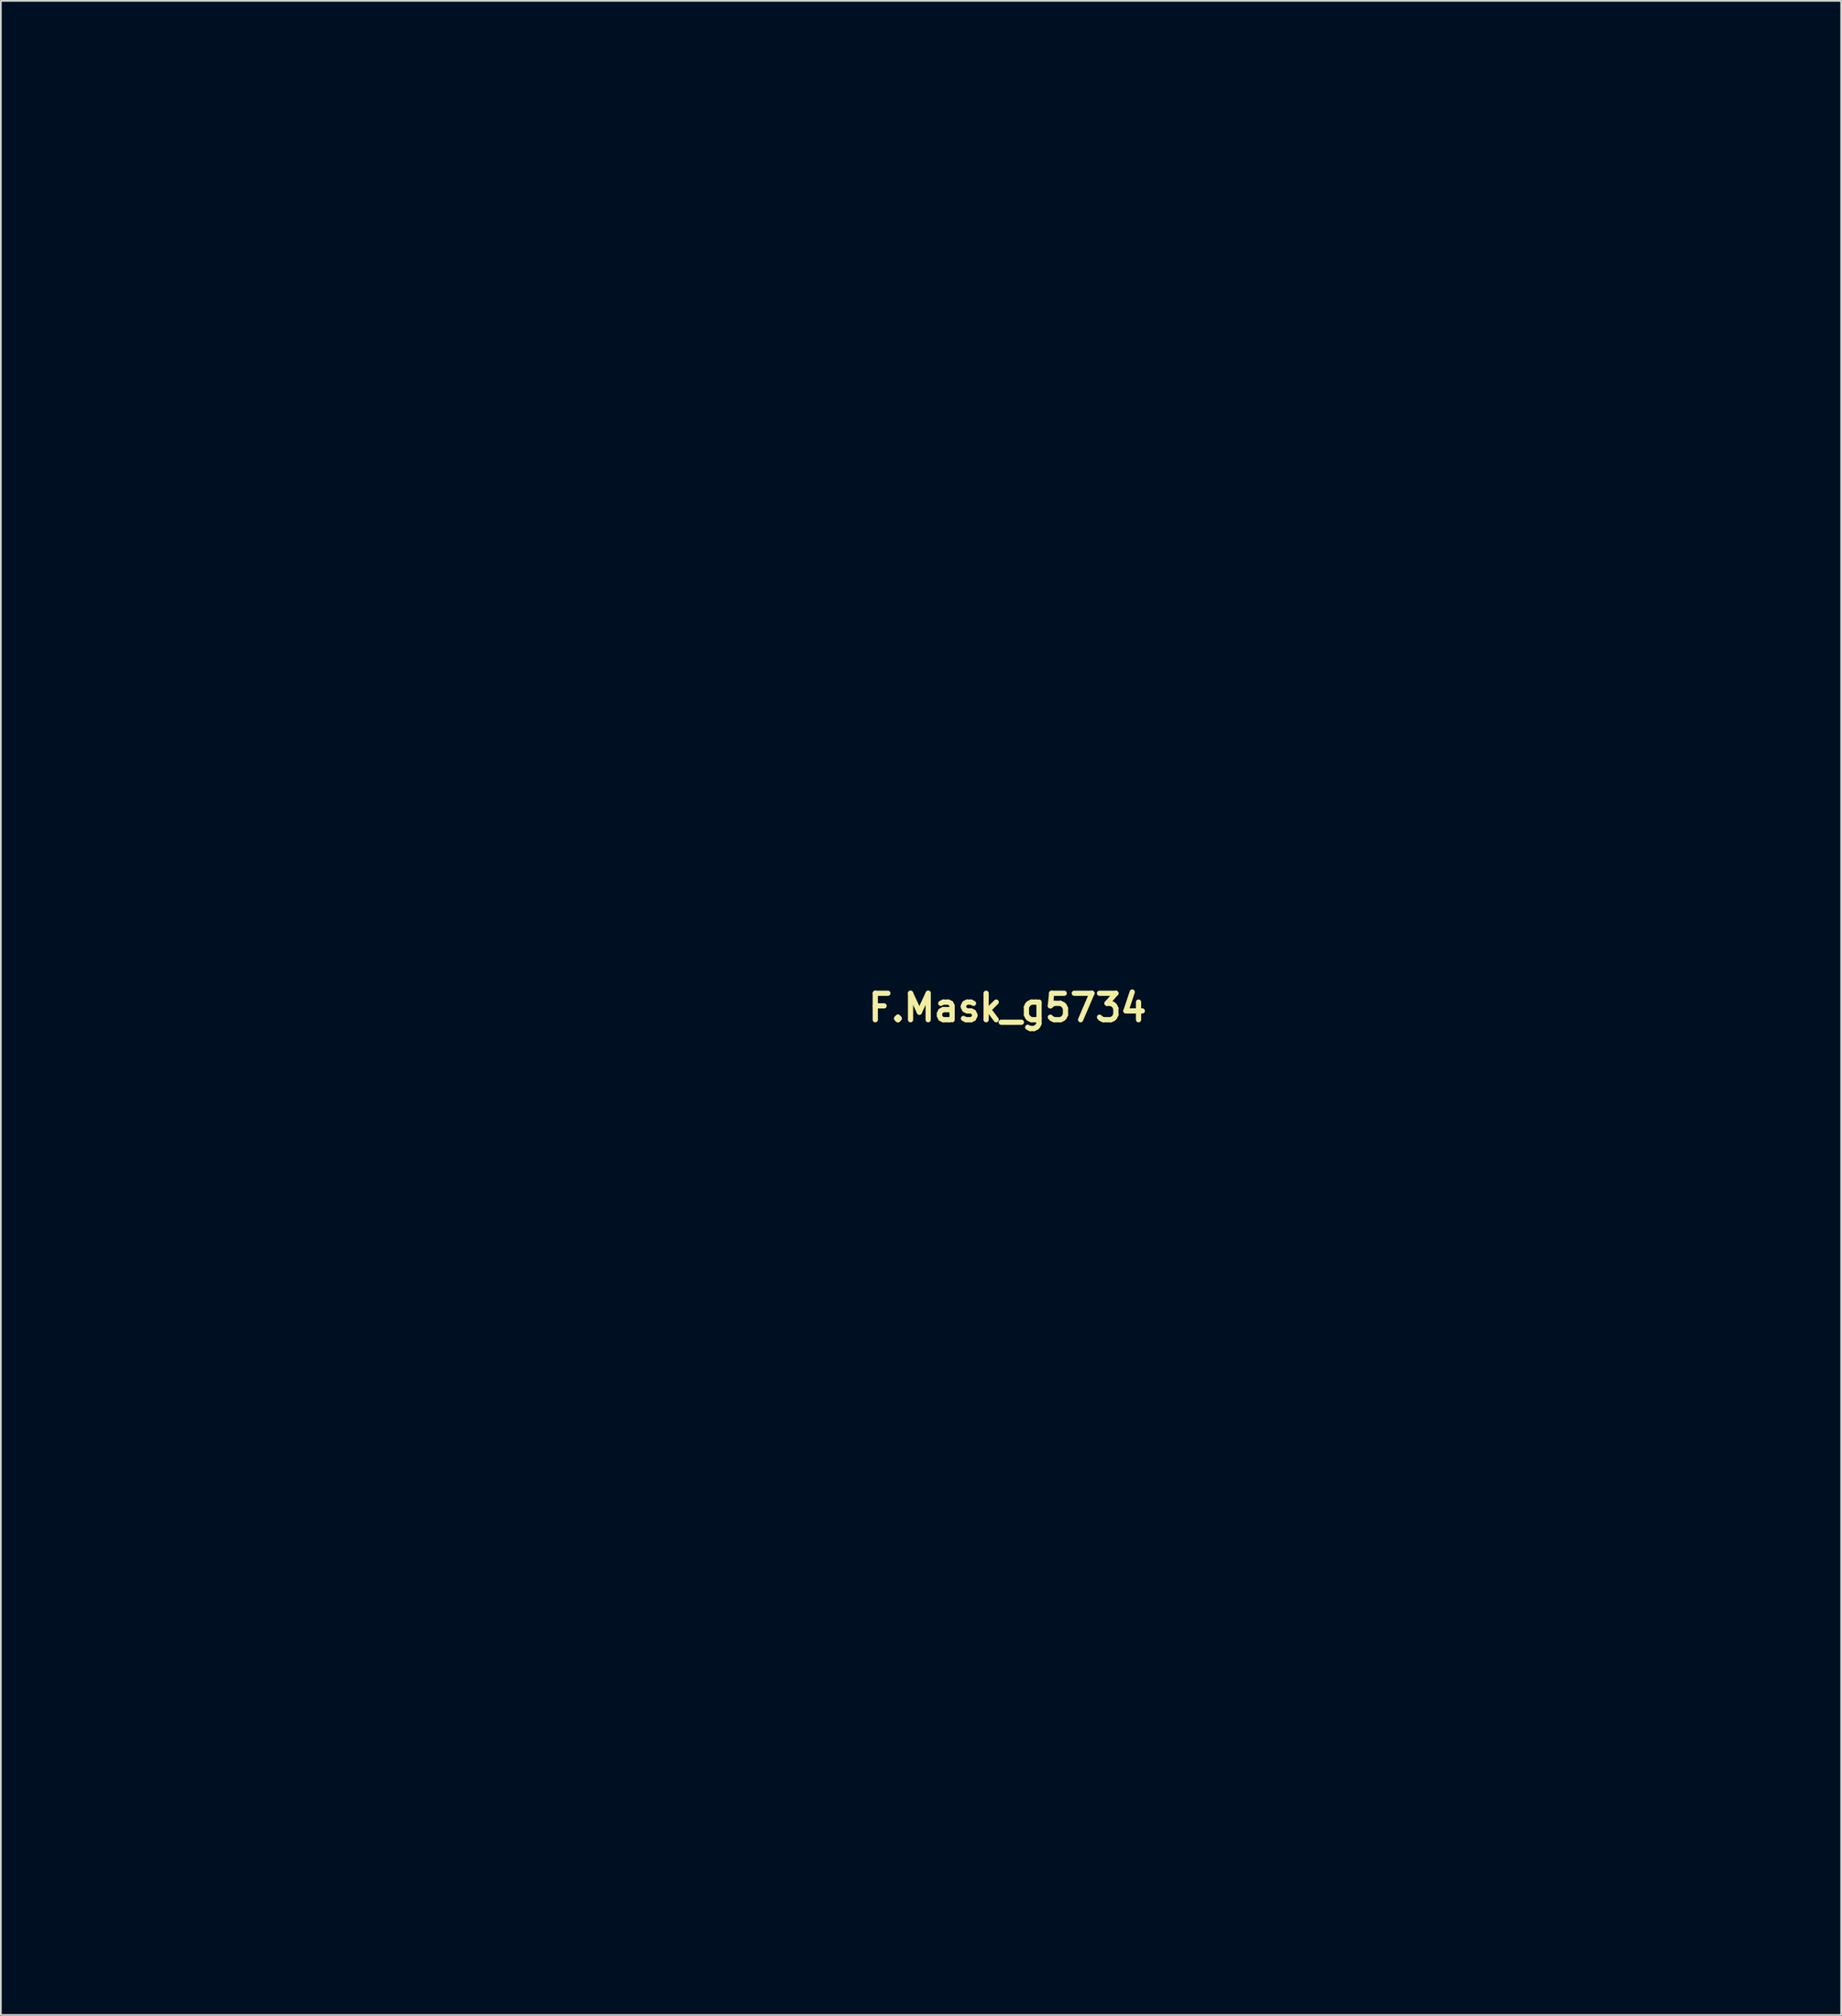
<source format=kicad_pcb>
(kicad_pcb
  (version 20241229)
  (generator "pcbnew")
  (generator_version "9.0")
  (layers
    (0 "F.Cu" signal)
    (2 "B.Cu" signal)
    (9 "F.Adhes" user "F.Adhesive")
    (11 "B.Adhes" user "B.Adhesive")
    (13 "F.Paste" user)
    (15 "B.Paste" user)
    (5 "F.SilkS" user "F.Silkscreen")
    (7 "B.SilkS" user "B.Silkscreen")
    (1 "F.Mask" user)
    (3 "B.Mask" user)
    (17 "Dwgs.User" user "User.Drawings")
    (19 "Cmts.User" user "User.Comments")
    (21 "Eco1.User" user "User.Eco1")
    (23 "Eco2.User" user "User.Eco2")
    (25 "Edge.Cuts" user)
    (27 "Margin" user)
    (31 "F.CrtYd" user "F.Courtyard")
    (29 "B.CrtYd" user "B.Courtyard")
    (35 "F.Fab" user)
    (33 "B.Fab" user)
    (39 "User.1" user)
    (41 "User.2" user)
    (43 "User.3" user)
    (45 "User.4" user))
  (footprint "F.Mask_g5734"
    (layer "F.Cu")
    (at 54.996 54.996)
    (property "Reference" "F.Mask_g5734" (at 0 0 0) (layer "F.SilkS") (effects (font (size 1.524 1.524) (thickness 0.3))))
    (attr through_hole)
    (fp_poly (pts (xy -25.935 25.811) (xy -25.941 25.82) (xy -25.963 25.822) (xy -25.985 25.816) (xy -25.975 25.809) (xy -25.942 25.806) (xy -25.935 25.811)) (stroke (width 0.01) (type solid)) (fill yes) (layer "F.Mask"))
    (fp_poly (pts (xy -25.818 25.788) (xy -25.815 25.796) (xy -25.845 25.799) (xy -25.875 25.795) (xy -25.871 25.788) (xy -25.828 25.785) (xy -25.818 25.788)) (stroke (width 0.01) (type solid)) (fill yes) (layer "F.Mask"))
    (fp_poly (pts (xy -25.691 25.767) (xy -25.688 25.775) (xy -25.718 25.778) (xy -25.748 25.774) (xy -25.744 25.767) (xy -25.701 25.764) (xy -25.691 25.767)) (stroke (width 0.01) (type solid)) (fill yes) (layer "F.Mask"))
    (fp_poly (pts (xy -25.575 25.747) (xy -25.581 25.757) (xy -25.603 25.758) (xy -25.625 25.753) (xy -25.616 25.745) (xy -25.583 25.743) (xy -25.575 25.747)) (stroke (width 0.01) (type solid)) (fill yes) (layer "F.Mask"))
    (fp_poly (pts (xy -12.439 9.962) (xy -12.269 9.969) (xy -12.123 9.981) (xy -12.076 9.987) (xy -11.826 10.028) (xy -11.571 10.079) (xy -11.318 10.139) (xy -11.076 10.206) (xy -10.852 10.277) (xy -10.655 10.35) (xy -10.509 10.414) (xy -10.315 10.515) (xy -10.136 10.624) (xy -9.969 10.743) (xy -9.811 10.876) (xy -9.658 11.027) (xy -9.506 11.201) (xy -9.351 11.4) (xy -9.191 11.628) (xy -9.02 11.89) (xy -8.911 12.065) (xy -8.759 12.344) (xy -8.627 12.651) (xy -8.516 12.978) (xy -8.427 13.317) (xy -8.363 13.66) (xy -8.324 14.002) (xy -8.313 14.333) (xy -8.331 14.646) (xy -8.349 14.779) (xy -8.41 15.07) (xy -8.499 15.358) (xy -8.611 15.629) (xy -8.69 15.783) (xy -8.756 15.878) (xy -8.855 15.988) (xy -8.982 16.109) (xy -9.131 16.236) (xy -9.298 16.366) (xy -9.478 16.495) (xy -9.664 16.618) (xy -9.853 16.732) (xy -9.917 16.767) (xy -10.299 16.958) (xy -10.681 17.111) (xy -11.068 17.226) (xy -11.465 17.305) (xy -11.878 17.349) (xy -12.31 17.359) (xy -12.499 17.353) (xy -12.71 17.34) (xy -12.916 17.32) (xy -13.112 17.294) (xy -13.291 17.264) (xy -13.447 17.23) (xy -13.574 17.193) (xy -13.665 17.155) (xy -13.673 17.15) (xy -13.724 17.119) (xy -13.8 17.068) (xy -13.894 17.006) (xy -13.994 16.936) (xy -14.032 16.91) (xy -14.365 16.665) (xy -14.657 16.424) (xy -14.911 16.186) (xy -15.128 15.95) (xy -15.309 15.712) (xy -15.457 15.472) (xy -15.573 15.227) (xy -15.578 15.215) (xy -15.611 15.129) (xy -15.631 15.065) (xy -15.638 15.012) (xy -15.632 14.954) (xy -15.615 14.877) (xy -15.601 14.82) (xy -15.559 14.615) (xy -15.532 14.384) (xy -15.52 14.126) (xy -15.523 13.836) (xy -15.54 13.512) (xy -15.57 13.166) (xy -15.584 13.029) (xy -15.592 12.924) (xy -15.597 12.842) (xy -15.596 12.772) (xy -15.591 12.704) (xy -15.582 12.629) (xy -15.572 12.564) (xy -15.52 12.317) (xy -15.441 12.053) (xy -15.339 11.783) (xy -15.217 11.517) (xy -15.082 11.268) (xy -14.996 11.132) (xy -14.793 10.861) (xy -14.565 10.625) (xy -14.314 10.424) (xy -14.039 10.259) (xy -13.74 10.128) (xy -13.417 10.032) (xy -13.261 10) (xy -13.137 9.983) (xy -12.981 9.971) (xy -12.806 9.963) (xy -12.621 9.96) (xy -12.439 9.962)) (stroke (width 0.01) (type solid)) (fill yes) (layer "F.Mask"))
    (fp_poly (pts (xy -30.263 9.97) (xy -29.918 10.02) (xy -29.596 10.105) (xy -29.296 10.224) (xy -29.019 10.378) (xy -28.766 10.566) (xy -28.537 10.788) (xy -28.418 10.93) (xy -28.223 11.207) (xy -28.051 11.509) (xy -27.907 11.827) (xy -27.792 12.152) (xy -27.712 12.476) (xy -27.685 12.644) (xy -27.676 12.726) (xy -27.672 12.803) (xy -27.673 12.884) (xy -27.68 12.982) (xy -27.693 13.107) (xy -27.699 13.162) (xy -27.716 13.337) (xy -27.729 13.528) (xy -27.737 13.729) (xy -27.741 13.931) (xy -27.74 14.127) (xy -27.735 14.31) (xy -27.726 14.472) (xy -27.712 14.605) (xy -27.697 14.69) (xy -27.67 14.82) (xy -27.657 14.923) (xy -27.661 15.01) (xy -27.681 15.096) (xy -27.72 15.192) (xy -27.744 15.244) (xy -27.877 15.484) (xy -28.038 15.72) (xy -28.229 15.952) (xy -28.453 16.183) (xy -28.712 16.414) (xy -29.007 16.649) (xy -29.341 16.889) (xy -29.462 16.97) (xy -29.577 17.046) (xy -29.685 17.115) (xy -29.779 17.172) (xy -29.853 17.215) (xy -29.9 17.239) (xy -29.906 17.242) (xy -29.984 17.262) (xy -30.094 17.283) (xy -30.228 17.304) (xy -30.374 17.322) (xy -30.524 17.336) (xy -30.667 17.346) (xy -30.702 17.348) (xy -30.808 17.352) (xy -30.904 17.357) (xy -30.979 17.36) (xy -31.02 17.363) (xy -31.074 17.364) (xy -31.152 17.364) (xy -31.231 17.362) (xy -31.67 17.327) (xy -32.099 17.25) (xy -32.519 17.133) (xy -32.93 16.974) (xy -33.333 16.774) (xy -33.728 16.533) (xy -34.115 16.25) (xy -34.143 16.228) (xy -34.237 16.151) (xy -34.306 16.089) (xy -34.361 16.031) (xy -34.409 15.967) (xy -34.461 15.886) (xy -34.499 15.823) (xy -34.667 15.507) (xy -34.797 15.183) (xy -34.888 14.851) (xy -34.942 14.509) (xy -34.959 14.155) (xy -34.938 13.786) (xy -34.879 13.401) (xy -34.784 12.999) (xy -34.728 12.811) (xy -34.696 12.71) (xy -34.667 12.626) (xy -34.635 12.549) (xy -34.598 12.472) (xy -34.552 12.386) (xy -34.491 12.283) (xy -34.413 12.154) (xy -34.397 12.129) (xy -34.243 11.881) (xy -34.105 11.666) (xy -33.979 11.481) (xy -33.863 11.321) (xy -33.753 11.181) (xy -33.644 11.058) (xy -33.535 10.947) (xy -33.421 10.845) (xy -33.298 10.746) (xy -33.184 10.662) (xy -32.921 10.497) (xy -32.625 10.355) (xy -32.3 10.238) (xy -31.853 10.115) (xy -31.425 10.026) (xy -31.017 9.973) (xy -30.63 9.954) (xy -30.263 9.97)) (stroke (width 0.01) (type solid)) (fill yes) (layer "F.Mask"))
    (fp_poly (pts (xy 45.022 55.012) (xy -54.991 55.012) (xy -54.991 24.988) (xy -52.998 24.988) (xy -52.998 26.221) (xy -52.997 27.435) (xy -52.997 28.627) (xy -52.997 29.798) (xy -52.997 30.947) (xy -52.997 32.074) (xy -52.997 33.178) (xy -52.997 34.258) (xy -52.997 35.314) (xy -52.997 36.346) (xy -52.997 37.352) (xy -52.997 38.332) (xy -52.997 39.286) (xy -52.997 40.213) (xy -52.997 41.112) (xy -52.997 41.984) (xy -52.996 42.827) (xy -52.996 43.64) (xy -52.996 44.424) (xy -52.996 45.177) (xy -52.996 45.899) (xy -52.996 46.59) (xy -52.995 47.249) (xy -52.995 47.876) (xy -52.995 48.469) (xy -52.995 49.028) (xy -52.995 49.553) (xy -52.995 50.043) (xy -52.994 50.497) (xy -52.994 50.916) (xy -52.994 51.298) (xy -52.994 51.643) (xy -52.993 51.95) (xy -52.993 52.219) (xy -52.993 52.449) (xy -52.993 52.639) (xy -52.992 52.79) (xy -52.992 52.9) (xy -52.992 52.968) (xy -52.992 52.996) (xy -52.992 52.996) (xy -52.984 52.997) (xy -52.962 52.998) (xy -52.925 52.999) (xy -52.872 53) (xy -52.804 53.001) (xy -52.719 53.002) (xy -52.617 53.002) (xy -52.498 53.003) (xy -52.361 53.004) (xy -52.207 53.005) (xy -52.033 53.006) (xy -51.841 53.006) (xy -51.629 53.007) (xy -51.398 53.008) (xy -51.146 53.008) (xy -50.873 53.009) (xy -50.579 53.01) (xy -50.263 53.01) (xy -49.925 53.011) (xy -49.565 53.012) (xy -49.182 53.012) (xy -48.775 53.013) (xy -48.345 53.013) (xy -47.89 53.014) (xy -47.41 53.014) (xy -46.906 53.015) (xy -46.375 53.015) (xy -45.819 53.016) (xy -45.236 53.016) (xy -44.626 53.016) (xy -43.988 53.017) (xy -43.323 53.017) (xy -42.63 53.018) (xy -41.908 53.018) (xy -41.156 53.018) (xy -40.375 53.019) (xy -39.565 53.019) (xy -38.723 53.019) (xy -37.851 53.019) (xy -36.947 53.02) (xy -36.011 53.02) (xy -35.044 53.02) (xy -34.043 53.02) (xy -33.009 53.021) (xy -31.942 53.021) (xy -30.841 53.021) (xy -29.705 53.021) (xy -28.535 53.021) (xy -27.329 53.022) (xy -26.087 53.022) (xy -24.809 53.022) (xy -23.495 53.022) (xy -22.143 53.022) (xy -20.754 53.022) (xy -19.327 53.022) (xy -17.861 53.022) (xy -16.356 53.022) (xy -14.813 53.022) (xy -13.229 53.022) (xy -11.605 53.022) (xy -9.941 53.022) (xy -8.235 53.022) (xy -6.488 53.022) (xy -4.985 53.023) (xy 43.011 53.023) (xy 43.011 -53.001) (xy -4.99 -52.996) (xy -52.991 -52.991) (xy -52.996 -0.011) (xy -52.996 1.489) (xy -52.996 2.978) (xy -52.997 4.456) (xy -52.997 5.924) (xy -52.997 7.38) (xy -52.997 8.824) (xy -52.997 10.254) (xy -52.997 11.672) (xy -52.997 13.076) (xy -52.997 14.465) (xy -52.997 15.839) (xy -52.997 17.197) (xy -52.997 18.54) (xy -52.997 19.865) (xy -52.997 21.173) (xy -52.997 22.464) (xy -52.998 23.735) (xy -52.998 24.988) (xy -54.991 24.988) (xy -54.991 -54.991) (xy 45.022 -54.991) (xy 45.022 55.012)) (stroke (width 0.01) (type solid)) (fill yes) (layer "F.Mask"))
    (fp_poly (pts (xy -38.184 20.423) (xy -38.153 20.46) (xy -38.13 20.494) (xy -38.082 20.56) (xy -38.012 20.652) (xy -37.927 20.763) (xy -37.829 20.887) (xy -37.727 21.016) (xy -37.623 21.145) (xy -37.525 21.265) (xy -37.436 21.371) (xy -37.394 21.421) (xy -37.31 21.515) (xy -37.201 21.633) (xy -37.071 21.769) (xy -36.926 21.917) (xy -36.772 22.073) (xy -36.613 22.232) (xy -36.456 22.387) (xy -36.305 22.533) (xy -36.167 22.665) (xy -36.045 22.778) (xy -35.952 22.862) (xy -35.361 23.352) (xy -34.751 23.813) (xy -34.124 24.243) (xy -33.483 24.643) (xy -32.83 25.009) (xy -32.168 25.342) (xy -31.5 25.639) (xy -30.827 25.9) (xy -30.152 26.124) (xy -29.478 26.308) (xy -28.808 26.452) (xy -28.607 26.488) (xy -28.392 26.523) (xy -28.203 26.551) (xy -28.033 26.573) (xy -27.871 26.589) (xy -27.708 26.601) (xy -27.536 26.609) (xy -27.345 26.613) (xy -27.126 26.615) (xy -26.977 26.616) (xy -26.753 26.615) (xy -26.565 26.613) (xy -26.407 26.609) (xy -26.272 26.603) (xy -26.156 26.596) (xy -26.051 26.586) (xy -25.993 26.579) (xy -25.465 26.494) (xy -24.964 26.377) (xy -24.489 26.228) (xy -24.04 26.046) (xy -23.617 25.831) (xy -23.217 25.582) (xy -22.84 25.3) (xy -22.485 24.984) (xy -22.425 24.925) (xy -22.224 24.713) (xy -22.059 24.515) (xy -21.926 24.325) (xy -21.823 24.141) (xy -21.807 24.108) (xy -21.776 24.044) (xy -21.751 23.999) (xy -21.738 23.982) (xy -21.724 24) (xy -21.697 24.046) (xy -21.66 24.112) (xy -21.648 24.135) (xy -21.545 24.309) (xy -21.409 24.496) (xy -21.245 24.692) (xy -21.058 24.891) (xy -20.853 25.089) (xy -20.634 25.28) (xy -20.426 25.444) (xy -20.032 25.713) (xy -19.612 25.951) (xy -19.164 26.157) (xy -18.69 26.332) (xy -18.188 26.475) (xy -17.658 26.588) (xy -17.099 26.669) (xy -17.06 26.673) (xy -16.949 26.683) (xy -16.803 26.69) (xy -16.631 26.695) (xy -16.44 26.699) (xy -16.239 26.7) (xy -16.036 26.699) (xy -15.837 26.697) (xy -15.652 26.693) (xy -15.489 26.686) (xy -15.354 26.678) (xy -15.303 26.674) (xy -14.575 26.579) (xy -13.856 26.444) (xy -13.147 26.269) (xy -12.445 26.054) (xy -11.749 25.798) (xy -11.056 25.501) (xy -10.619 25.291) (xy -9.912 24.914) (xy -9.229 24.506) (xy -8.573 24.066) (xy -7.943 23.595) (xy -7.342 23.096) (xy -6.771 22.568) (xy -6.231 22.013) (xy -5.724 21.433) (xy -5.25 20.827) (xy -5.196 20.754) (xy -5.011 20.5) (xy -5.025 20.743) (xy -5.088 21.495) (xy -5.184 22.222) (xy -5.316 22.925) (xy -5.482 23.605) (xy -5.684 24.264) (xy -5.921 24.901) (xy -6.194 25.518) (xy -6.503 26.115) (xy -6.849 26.693) (xy -7.232 27.253) (xy -7.652 27.795) (xy -8.001 28.202) (xy -8.254 28.475) (xy -8.538 28.761) (xy -8.843 29.054) (xy -9.163 29.347) (xy -9.49 29.633) (xy -9.816 29.905) (xy -10.134 30.157) (xy -10.436 30.382) (xy -10.449 30.391) (xy -10.757 30.599) (xy -11.097 30.806) (xy -11.462 31.009) (xy -11.843 31.203) (xy -12.231 31.383) (xy -12.308 31.417) (xy -12.674 31.568) (xy -13.076 31.723) (xy -13.507 31.878) (xy -13.962 32.033) (xy -14.434 32.186) (xy -14.918 32.334) (xy -15.407 32.475) (xy -15.895 32.608) (xy -16.376 32.73) (xy -16.796 32.829) (xy -16.973 32.87) (xy -17.173 32.916) (xy -17.379 32.965) (xy -17.576 33.011) (xy -17.747 33.052) (xy -17.748 33.053) (xy -18.42 33.201) (xy -19.079 33.317) (xy -19.732 33.402) (xy -20.389 33.457) (xy -21.056 33.482) (xy -21.743 33.478) (xy -22.162 33.462) (xy -22.666 33.431) (xy -23.201 33.383) (xy -23.759 33.322) (xy -24.333 33.247) (xy -24.915 33.16) (xy -25.496 33.062) (xy -26.069 32.955) (xy -26.627 32.839) (xy -27.128 32.723) (xy -27.812 32.546) (xy -28.469 32.352) (xy -29.097 32.142) (xy -29.692 31.917) (xy -30.253 31.679) (xy -30.723 31.454) (xy -31.248 31.171) (xy -31.779 30.852) (xy -32.312 30.5) (xy -32.84 30.12) (xy -33.36 29.715) (xy -33.867 29.29) (xy -34.356 28.849) (xy -34.822 28.395) (xy -35.261 27.933) (xy -35.668 27.466) (xy -36.037 26.999) (xy -36.062 26.966) (xy -36.452 26.41) (xy -36.801 25.844) (xy -37.11 25.267) (xy -37.379 24.678) (xy -37.609 24.074) (xy -37.801 23.455) (xy -37.954 22.819) (xy -38.07 22.164) (xy -38.131 21.683) (xy -38.14 21.59) (xy -38.149 21.473) (xy -38.159 21.34) (xy -38.168 21.197) (xy -38.177 21.049) (xy -38.185 20.903) (xy -38.192 20.766) (xy -38.197 20.642) (xy -38.201 20.539) (xy -38.202 20.463) (xy -38.201 20.42) (xy -38.199 20.412) (xy -38.184 20.423)) (stroke (width 0.01) (type solid)) (fill yes) (layer "F.Mask")))
  (gr_rect
    (start -3 -3)
    (end 103.022 113.013)
    (stroke (width 0.1) (type default))
    (fill no)
    (layer "Edge.Cuts")))
</source>
